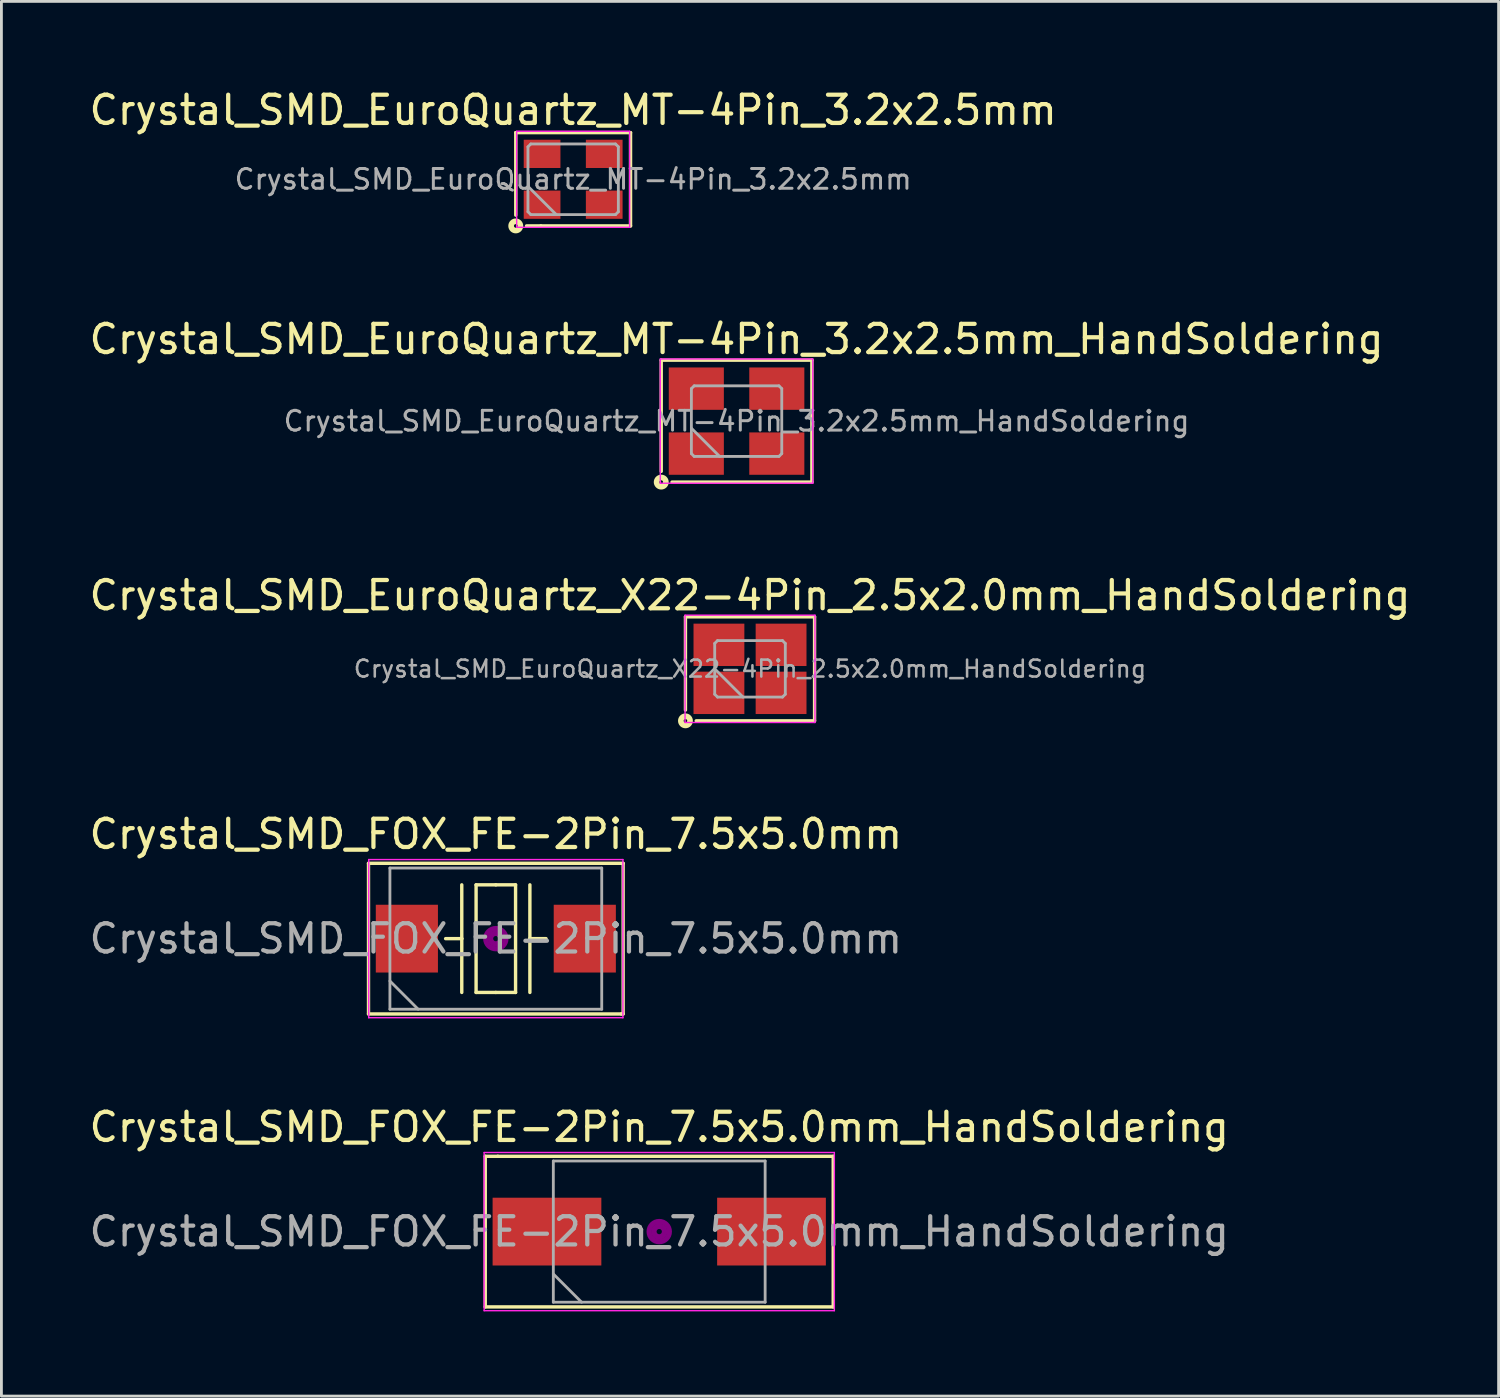
<source format=kicad_pcb>
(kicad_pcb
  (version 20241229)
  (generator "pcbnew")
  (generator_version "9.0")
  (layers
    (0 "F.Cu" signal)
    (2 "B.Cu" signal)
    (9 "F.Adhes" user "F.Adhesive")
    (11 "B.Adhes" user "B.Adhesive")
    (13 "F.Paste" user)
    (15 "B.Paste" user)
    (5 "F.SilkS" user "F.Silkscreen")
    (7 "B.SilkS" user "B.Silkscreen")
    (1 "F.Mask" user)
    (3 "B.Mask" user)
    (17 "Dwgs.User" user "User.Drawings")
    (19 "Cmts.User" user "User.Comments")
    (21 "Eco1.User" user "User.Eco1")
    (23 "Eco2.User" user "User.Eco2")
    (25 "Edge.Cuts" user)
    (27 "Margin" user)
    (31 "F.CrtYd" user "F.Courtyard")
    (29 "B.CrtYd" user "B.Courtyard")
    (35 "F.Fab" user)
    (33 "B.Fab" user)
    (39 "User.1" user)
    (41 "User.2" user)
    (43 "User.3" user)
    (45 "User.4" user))
  (footprint "Crystal_SMD_FOX_FE-2Pin_7.5x5.0mm"
    (layer "F.Cu")
    (at 14.506 30.185)
    (property "Reference" "Crystal_SMD_FOX_FE-2Pin_7.5x5.0mm" (at 0 -3.7 0) (layer "F.SilkS") (effects (font (size 1 1) (thickness 0.15))))
    (attr smd)
    (fp_line (start -4.508 -2.667) (end -4.508 2.667) (stroke (width 0.12) (type solid)) (layer "F.SilkS"))
    (fp_line (start -4.508 2.667) (end 4.445 2.667) (stroke (width 0.12) (type solid)) (layer "F.SilkS"))
    (fp_line (start -1.778 0) (end -1.206 0) (stroke (width 0.12) (type solid)) (layer "F.SilkS"))
    (fp_line (start -1.206 0) (end -1.206 -1.905) (stroke (width 0.12) (type solid)) (layer "F.SilkS"))
    (fp_line (start -1.206 0) (end -1.206 1.905) (stroke (width 0.12) (type solid)) (layer "F.SilkS"))
    (fp_line (start -0.699 -1.905) (end 0 -1.905) (stroke (width 0.12) (type solid)) (layer "F.SilkS"))
    (fp_line (start -0.699 1.905) (end -0.699 -1.905) (stroke (width 0.12) (type solid)) (layer "F.SilkS"))
    (fp_line (start -0.699 1.905) (end 0 1.905) (stroke (width 0.12) (type solid)) (layer "F.SilkS"))
    (fp_line (start 0.699 -1.905) (end 0 -1.905) (stroke (width 0.12) (type solid)) (layer "F.SilkS"))
    (fp_line (start 0.699 -1.905) (end 0.699 1.905) (stroke (width 0.12) (type solid)) (layer "F.SilkS"))
    (fp_line (start 0.699 1.905) (end 0 1.905) (stroke (width 0.12) (type solid)) (layer "F.SilkS"))
    (fp_line (start 1.206 0) (end 1.206 -1.905) (stroke (width 0.12) (type solid)) (layer "F.SilkS"))
    (fp_line (start 1.206 0) (end 1.206 1.905) (stroke (width 0.12) (type solid)) (layer "F.SilkS"))
    (fp_line (start 1.778 0) (end 1.206 0) (stroke (width 0.12) (type solid)) (layer "F.SilkS"))
    (fp_line (start 4.445 2.667) (end 4.508 2.667) (stroke (width 0.12) (type solid)) (layer "F.SilkS"))
    (fp_line (start 4.508 -2.667) (end -4.508 -2.667) (stroke (width 0.12) (type solid)) (layer "F.SilkS"))
    (fp_line (start 4.508 2.667) (end 4.508 -2.667) (stroke (width 0.12) (type solid)) (layer "F.SilkS"))
    (fp_circle (center 0 0) (end 0.093 0) (stroke (width 0.187) (type solid)) (fill no) (layer "F.Adhes"))
    (fp_circle (center 0 0) (end 0.213 0) (stroke (width 0.133) (type solid)) (fill no) (layer "F.Adhes"))
    (fp_circle (center 0 0) (end 0.333 0) (stroke (width 0.133) (type solid)) (fill no) (layer "F.Adhes"))
    (fp_circle (center 0 0) (end 0.4 0) (stroke (width 0.1) (type solid)) (fill no) (layer "F.Adhes"))
    (fp_line (start -4.5 -2.8) (end -4.5 2.8) (stroke (width 0.05) (type solid)) (layer "F.CrtYd"))
    (fp_line (start -4.5 2.8) (end 4.5 2.8) (stroke (width 0.05) (type solid)) (layer "F.CrtYd"))
    (fp_line (start 4.5 -2.8) (end -4.5 -2.8) (stroke (width 0.05) (type solid)) (layer "F.CrtYd"))
    (fp_line (start 4.5 2.8) (end 4.5 -2.8) (stroke (width 0.05) (type solid)) (layer "F.CrtYd"))
    (fp_line (start -3.75 -2.5) (end -3.75 2.5) (stroke (width 0.1) (type solid)) (layer "F.Fab"))
    (fp_line (start -3.75 1.5) (end -2.75 2.5) (stroke (width 0.1) (type solid)) (layer "F.Fab"))
    (fp_line (start -3.75 2.5) (end 3.75 2.5) (stroke (width 0.1) (type solid)) (layer "F.Fab"))
    (fp_line (start 3.75 -2.5) (end -3.75 -2.5) (stroke (width 0.1) (type solid)) (layer "F.Fab"))
    (fp_line (start 3.75 2.5) (end 3.75 -2.5) (stroke (width 0.1) (type solid)) (layer "F.Fab"))
    (fp_text user "${REFERENCE}" (at 0 0 0) (layer "F.Fab") (effects (font (size 1 1) (thickness 0.15))))
    (pad "1" smd rect (at -3.15 0) (size 2.2 2.4) (layers "F.Cu" "F.Mask" "F.Paste"))
    (pad "2" smd rect (at 3.15 0) (size 2.2 2.4) (layers "F.Cu" "F.Mask" "F.Paste")))
  (footprint "Crystal_SMD_EuroQuartz_MT-4Pin_3.2x2.5mm"
    (layer "F.Cu")
    (at 17.244 3.298)
    (property "Reference" "Crystal_SMD_EuroQuartz_MT-4Pin_3.2x2.5mm" (at 0 -2.45 0) (layer "F.SilkS") (effects (font (size 1 1) (thickness 0.15))))
    (attr smd)
    (fp_line (start -2.032 -1.651) (end 2.032 -1.651) (stroke (width 0.12) (type solid)) (layer "F.SilkS"))
    (fp_line (start -2.032 1.27) (end -2.032 -1.651) (stroke (width 0.12) (type solid)) (layer "F.SilkS"))
    (fp_line (start -1.651 1.651) (end -1.143 1.651) (stroke (width 0.12) (type solid)) (layer "F.SilkS"))
    (fp_line (start 2.032 -1.651) (end 2.032 1.651) (stroke (width 0.12) (type solid)) (layer "F.SilkS"))
    (fp_line (start 2.032 1.651) (end -1.143 1.651) (stroke (width 0.12) (type solid)) (layer "F.SilkS"))
    (fp_circle (center -2.032 1.651) (end -1.968 1.651) (stroke (width 0.2) (type solid)) (fill no) (layer "F.SilkS"))
    (fp_line (start -2 -1.7) (end -2 1.7) (stroke (width 0.05) (type solid)) (layer "F.CrtYd"))
    (fp_line (start -2 1.7) (end 2 1.7) (stroke (width 0.05) (type solid)) (layer "F.CrtYd"))
    (fp_line (start 2 -1.7) (end -2 -1.7) (stroke (width 0.05) (type solid)) (layer "F.CrtYd"))
    (fp_line (start 2 1.7) (end 2 -1.7) (stroke (width 0.05) (type solid)) (layer "F.CrtYd"))
    (fp_line (start -1.6 -1.15) (end -1.5 -1.25) (stroke (width 0.1) (type solid)) (layer "F.Fab"))
    (fp_line (start -1.6 0.25) (end -0.6 1.25) (stroke (width 0.1) (type solid)) (layer "F.Fab"))
    (fp_line (start -1.6 1.15) (end -1.6 -1.15) (stroke (width 0.1) (type solid)) (layer "F.Fab"))
    (fp_line (start -1.5 -1.25) (end 1.5 -1.25) (stroke (width 0.1) (type solid)) (layer "F.Fab"))
    (fp_line (start -1.5 1.25) (end -1.6 1.15) (stroke (width 0.1) (type solid)) (layer "F.Fab"))
    (fp_line (start 1.5 -1.25) (end 1.6 -1.15) (stroke (width 0.1) (type solid)) (layer "F.Fab"))
    (fp_line (start 1.5 1.25) (end -1.5 1.25) (stroke (width 0.1) (type solid)) (layer "F.Fab"))
    (fp_line (start 1.6 -1.15) (end 1.6 1.15) (stroke (width 0.1) (type solid)) (layer "F.Fab"))
    (fp_line (start 1.6 1.15) (end 1.5 1.25) (stroke (width 0.1) (type solid)) (layer "F.Fab"))
    (fp_text user "${REFERENCE}" (at 0 0 0) (layer "F.Fab") (effects (font (size 0.7 0.7) (thickness 0.105))))
    (pad "1" smd rect (at -1.1 0.9) (size 1.3 1) (layers "F.Cu" "F.Mask" "F.Paste"))
    (pad "2" smd rect (at 1.1 0.9) (size 1.3 1) (layers "F.Cu" "F.Mask" "F.Paste"))
    (pad "3" smd rect (at 1.1 -0.9) (size 1.3 1) (layers "F.Cu" "F.Mask" "F.Paste"))
    (pad "4" smd rect (at -1.1 -0.9) (size 1.3 1) (layers "F.Cu" "F.Mask" "F.Paste")))
  (footprint "Crystal_SMD_FOX_FE-2Pin_7.5x5.0mm_HandSoldering"
    (layer "F.Cu")
    (at 20.292 40.558)
    (property "Reference" "Crystal_SMD_FOX_FE-2Pin_7.5x5.0mm_HandSoldering" (at 0 -3.7 0) (layer "F.SilkS") (effects (font (size 1 1) (thickness 0.15))))
    (attr smd)
    (fp_line (start -6.16 -2.667) (end -6.16 2.667) (stroke (width 0.12) (type solid)) (layer "F.SilkS"))
    (fp_line (start -6.16 2.667) (end 6.16 2.667) (stroke (width 0.12) (type solid)) (layer "F.SilkS"))
    (fp_line (start -5.715 -2.667) (end -6.16 -2.667) (stroke (width 0.12) (type solid)) (layer "F.SilkS"))
    (fp_line (start 6.16 -2.667) (end -5.715 -2.667) (stroke (width 0.12) (type solid)) (layer "F.SilkS"))
    (fp_line (start 6.16 2.667) (end 6.16 -2.667) (stroke (width 0.12) (type solid)) (layer "F.SilkS"))
    (fp_circle (center 0 0) (end 0.093 0) (stroke (width 0.187) (type solid)) (fill no) (layer "F.Adhes"))
    (fp_circle (center 0 0) (end 0.213 0) (stroke (width 0.133) (type solid)) (fill no) (layer "F.Adhes"))
    (fp_circle (center 0 0) (end 0.333 0) (stroke (width 0.133) (type solid)) (fill no) (layer "F.Adhes"))
    (fp_circle (center 0 0) (end 0.4 0) (stroke (width 0.1) (type solid)) (fill no) (layer "F.Adhes"))
    (fp_line (start -6.2 -2.8) (end -6.2 2.8) (stroke (width 0.05) (type solid)) (layer "F.CrtYd"))
    (fp_line (start -6.2 2.8) (end 6.2 2.8) (stroke (width 0.05) (type solid)) (layer "F.CrtYd"))
    (fp_line (start 6.2 -2.8) (end -6.2 -2.8) (stroke (width 0.05) (type solid)) (layer "F.CrtYd"))
    (fp_line (start 6.2 2.8) (end 6.2 -2.8) (stroke (width 0.05) (type solid)) (layer "F.CrtYd"))
    (fp_line (start -3.75 -2.5) (end -3.75 2.5) (stroke (width 0.1) (type solid)) (layer "F.Fab"))
    (fp_line (start -3.75 1.5) (end -2.75 2.5) (stroke (width 0.1) (type solid)) (layer "F.Fab"))
    (fp_line (start -3.75 2.5) (end 3.75 2.5) (stroke (width 0.1) (type solid)) (layer "F.Fab"))
    (fp_line (start 3.75 -2.5) (end -3.75 -2.5) (stroke (width 0.1) (type solid)) (layer "F.Fab"))
    (fp_line (start 3.75 2.5) (end 3.75 -2.5) (stroke (width 0.1) (type solid)) (layer "F.Fab"))
    (fp_text user "${REFERENCE}" (at 0 0 0) (layer "F.Fab") (effects (font (size 1 1) (thickness 0.15))))
    (pad "1" smd rect (at -3.975 0) (size 3.85 2.4) (layers "F.Cu" "F.Mask" "F.Paste"))
    (pad "2" smd rect (at 3.975 0) (size 3.85 2.4) (layers "F.Cu" "F.Mask" "F.Paste")))
  (footprint "Crystal_SMD_EuroQuartz_MT-4Pin_3.2x2.5mm_HandSoldering"
    (layer "F.Cu")
    (at 23.03 11.861)
    (property "Reference" "Crystal_SMD_EuroQuartz_MT-4Pin_3.2x2.5mm_HandSoldering" (at 0 -2.9 0) (layer "F.SilkS") (effects (font (size 1 1) (thickness 0.15))))
    (attr smd)
    (fp_line (start -2.667 -2.159) (end 2.667 -2.159) (stroke (width 0.12) (type solid)) (layer "F.SilkS"))
    (fp_line (start -2.667 1.778) (end -2.667 -2.159) (stroke (width 0.12) (type solid)) (layer "F.SilkS"))
    (fp_line (start 2.667 -2.159) (end 2.667 2.159) (stroke (width 0.12) (type solid)) (layer "F.SilkS"))
    (fp_line (start 2.667 2.159) (end -2.286 2.159) (stroke (width 0.12) (type solid)) (layer "F.SilkS"))
    (fp_circle (center -2.667 2.159) (end -2.603 2.159) (stroke (width 0.2) (type solid)) (fill no) (layer "F.SilkS"))
    (fp_line (start -2.7 -2.2) (end -2.7 2.2) (stroke (width 0.05) (type solid)) (layer "F.CrtYd"))
    (fp_line (start -2.7 2.2) (end 2.7 2.2) (stroke (width 0.05) (type solid)) (layer "F.CrtYd"))
    (fp_line (start 2.7 -2.2) (end -2.7 -2.2) (stroke (width 0.05) (type solid)) (layer "F.CrtYd"))
    (fp_line (start 2.7 2.2) (end 2.7 -2.2) (stroke (width 0.05) (type solid)) (layer "F.CrtYd"))
    (fp_line (start -1.6 -1.15) (end -1.5 -1.25) (stroke (width 0.1) (type solid)) (layer "F.Fab"))
    (fp_line (start -1.6 0.25) (end -0.6 1.25) (stroke (width 0.1) (type solid)) (layer "F.Fab"))
    (fp_line (start -1.6 1.15) (end -1.6 -1.15) (stroke (width 0.1) (type solid)) (layer "F.Fab"))
    (fp_line (start -1.5 -1.25) (end 1.5 -1.25) (stroke (width 0.1) (type solid)) (layer "F.Fab"))
    (fp_line (start -1.5 1.25) (end -1.6 1.15) (stroke (width 0.1) (type solid)) (layer "F.Fab"))
    (fp_line (start 1.5 -1.25) (end 1.6 -1.15) (stroke (width 0.1) (type solid)) (layer "F.Fab"))
    (fp_line (start 1.5 1.25) (end -1.5 1.25) (stroke (width 0.1) (type solid)) (layer "F.Fab"))
    (fp_line (start 1.6 -1.15) (end 1.6 1.15) (stroke (width 0.1) (type solid)) (layer "F.Fab"))
    (fp_line (start 1.6 1.15) (end 1.5 1.25) (stroke (width 0.1) (type solid)) (layer "F.Fab"))
    (fp_text user "${REFERENCE}" (at 0 0 0) (layer "F.Fab") (effects (font (size 0.7 0.7) (thickness 0.105))))
    (pad "1" smd rect (at -1.425 1.15) (size 1.95 1.5) (layers "F.Cu" "F.Mask" "F.Paste"))
    (pad "2" smd rect (at 1.425 1.15) (size 1.95 1.5) (layers "F.Cu" "F.Mask" "F.Paste"))
    (pad "3" smd rect (at 1.425 -1.15) (size 1.95 1.5) (layers "F.Cu" "F.Mask" "F.Paste"))
    (pad "4" smd rect (at -1.425 -1.15) (size 1.95 1.5) (layers "F.Cu" "F.Mask" "F.Paste")))
  (footprint "Crystal_SMD_EuroQuartz_X22-4Pin_2.5x2.0mm_HandSoldering"
    (layer "F.Cu")
    (at 23.506 20.632)
    (property "Reference" "Crystal_SMD_EuroQuartz_X22-4Pin_2.5x2.0mm_HandSoldering" (at 0 -2.6 0) (layer "F.SilkS") (effects (font (size 1 1) (thickness 0.15))))
    (attr smd)
    (fp_line (start -2.286 -1.841) (end -2.286 1.46) (stroke (width 0.12) (type solid)) (layer "F.SilkS"))
    (fp_line (start -1.905 1.841) (end 2.286 1.841) (stroke (width 0.12) (type solid)) (layer "F.SilkS"))
    (fp_line (start 2.286 -1.841) (end -2.286 -1.841) (stroke (width 0.12) (type solid)) (layer "F.SilkS"))
    (fp_line (start 2.286 1.841) (end 2.286 -1.841) (stroke (width 0.12) (type solid)) (layer "F.SilkS"))
    (fp_circle (center -2.286 1.841) (end -2.223 1.841) (stroke (width 0.2) (type solid)) (fill no) (layer "F.SilkS"))
    (fp_line (start -2.3 -1.9) (end -2.3 1.9) (stroke (width 0.05) (type solid)) (layer "F.CrtYd"))
    (fp_line (start -2.3 1.9) (end 2.3 1.9) (stroke (width 0.05) (type solid)) (layer "F.CrtYd"))
    (fp_line (start 2.3 -1.9) (end -2.3 -1.9) (stroke (width 0.05) (type solid)) (layer "F.CrtYd"))
    (fp_line (start 2.3 1.9) (end 2.3 -1.9) (stroke (width 0.05) (type solid)) (layer "F.CrtYd"))
    (fp_line (start -1.25 -0.9) (end -1.15 -1) (stroke (width 0.1) (type solid)) (layer "F.Fab"))
    (fp_line (start -1.25 0) (end -0.25 1) (stroke (width 0.1) (type solid)) (layer "F.Fab"))
    (fp_line (start -1.25 0.9) (end -1.25 -0.9) (stroke (width 0.1) (type solid)) (layer "F.Fab"))
    (fp_line (start -1.15 -1) (end 1.15 -1) (stroke (width 0.1) (type solid)) (layer "F.Fab"))
    (fp_line (start -1.15 1) (end -1.25 0.9) (stroke (width 0.1) (type solid)) (layer "F.Fab"))
    (fp_line (start 1.15 -1) (end 1.25 -0.9) (stroke (width 0.1) (type solid)) (layer "F.Fab"))
    (fp_line (start 1.15 1) (end -1.15 1) (stroke (width 0.1) (type solid)) (layer "F.Fab"))
    (fp_line (start 1.25 -0.9) (end 1.25 0.9) (stroke (width 0.1) (type solid)) (layer "F.Fab"))
    (fp_line (start 1.25 0.9) (end 1.15 1) (stroke (width 0.1) (type solid)) (layer "F.Fab"))
    (fp_text user "${REFERENCE}" (at 0 0 0) (layer "F.Fab") (effects (font (size 0.6 0.6) (thickness 0.09))))
    (pad "1" smd rect (at -1.1 0.85) (size 1.8 1.5) (layers "F.Cu" "F.Mask" "F.Paste"))
    (pad "2" smd rect (at 1.1 0.85) (size 1.8 1.5) (layers "F.Cu" "F.Mask" "F.Paste"))
    (pad "3" smd rect (at 1.1 -0.85) (size 1.8 1.5) (layers "F.Cu" "F.Mask" "F.Paste"))
    (pad "4" smd rect (at -1.1 -0.85) (size 1.8 1.5) (layers "F.Cu" "F.Mask" "F.Paste")))
  (gr_rect
    (start -3 -3)
    (end 50.012 46.383)
    (stroke (width 0.1) (type default))
    (fill no)
    (layer "Edge.Cuts")))
</source>
